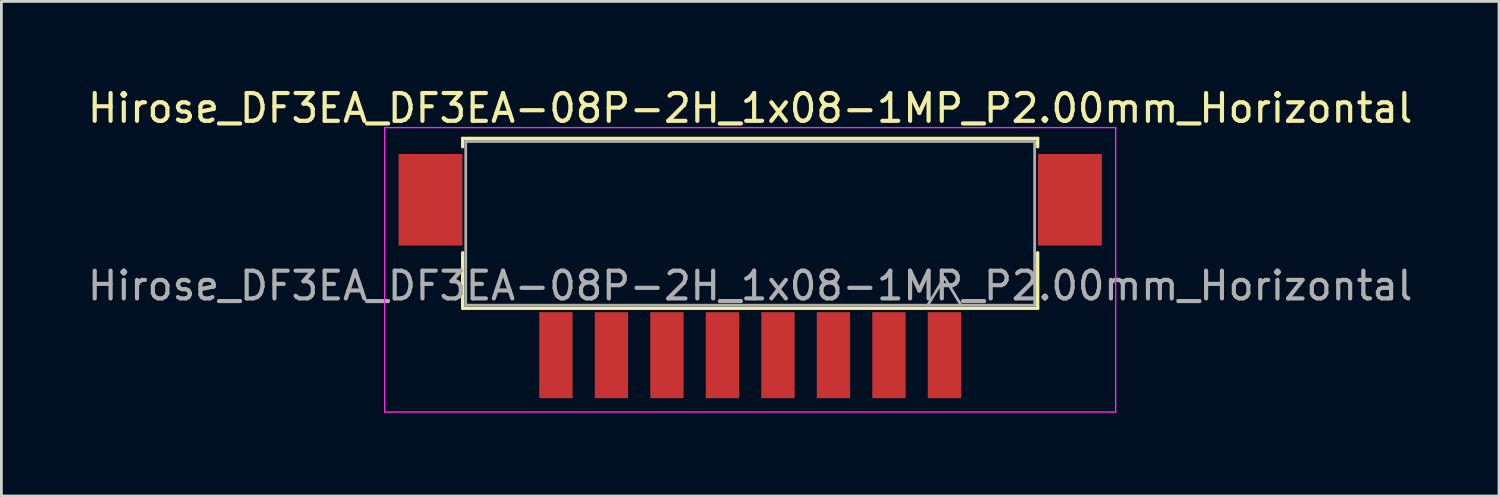
<source format=kicad_pcb>
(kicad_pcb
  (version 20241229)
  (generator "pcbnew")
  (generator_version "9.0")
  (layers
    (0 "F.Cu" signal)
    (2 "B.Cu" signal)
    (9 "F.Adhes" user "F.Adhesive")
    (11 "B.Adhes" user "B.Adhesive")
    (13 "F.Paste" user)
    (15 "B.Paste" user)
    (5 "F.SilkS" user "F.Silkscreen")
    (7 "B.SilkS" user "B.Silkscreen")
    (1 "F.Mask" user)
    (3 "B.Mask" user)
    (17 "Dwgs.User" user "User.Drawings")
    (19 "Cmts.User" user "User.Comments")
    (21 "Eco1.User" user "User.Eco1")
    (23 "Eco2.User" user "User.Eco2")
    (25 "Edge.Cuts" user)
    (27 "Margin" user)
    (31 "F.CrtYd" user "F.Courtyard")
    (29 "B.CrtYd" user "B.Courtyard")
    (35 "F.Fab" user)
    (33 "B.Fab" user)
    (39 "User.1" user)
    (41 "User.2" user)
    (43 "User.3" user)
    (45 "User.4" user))
  (footprint "Hirose_DF3EA_DF3EA-08P-2H_1x08-1MP_P2.00mm_Horizontal"
    (layer "F.Cu")
    (at 23.982 8.198)
    (property "Reference" "Hirose_DF3EA_DF3EA-08P-2H_1x08-1MP_P2.00mm_Horizontal" (at 0 -7.35 0) (layer "F.SilkS") (effects (font (size 1 1) (thickness 0.15))))
    (attr smd)
    (fp_line (start -10.36 -6.26) (end 10.36 -6.26) (stroke (width 0.12) (type solid)) (layer "F.SilkS"))
    (fp_line (start -10.36 -5.96) (end -10.36 -6.26) (stroke (width 0.12) (type solid)) (layer "F.SilkS"))
    (fp_line (start -10.36 -2.14) (end -10.36 -0.14) (stroke (width 0.12) (type solid)) (layer "F.SilkS"))
    (fp_line (start -10.36 -0.14) (end 10.36 -0.14) (stroke (width 0.12) (type solid)) (layer "F.SilkS"))
    (fp_line (start 10.36 -6.26) (end 10.36 -5.96) (stroke (width 0.12) (type solid)) (layer "F.SilkS"))
    (fp_line (start 10.36 -0.14) (end 10.36 -2.14) (stroke (width 0.12) (type solid)) (layer "F.SilkS"))
    (fp_line (start -13.17 -6.65) (end 13.17 -6.65) (stroke (width 0.05) (type solid)) (layer "F.CrtYd"))
    (fp_line (start -13.17 3.6) (end -13.17 -6.65) (stroke (width 0.05) (type solid)) (layer "F.CrtYd"))
    (fp_line (start 13.17 -6.65) (end 13.17 3.6) (stroke (width 0.05) (type solid)) (layer "F.CrtYd"))
    (fp_line (start 13.17 3.6) (end -13.17 3.6) (stroke (width 0.05) (type solid)) (layer "F.CrtYd"))
    (fp_line (start -10.25 -6.15) (end 10.25 -6.15) (stroke (width 0.1) (type solid)) (layer "F.Fab"))
    (fp_line (start -10.25 -0.25) (end -10.25 -6.15) (stroke (width 0.1) (type solid)) (layer "F.Fab"))
    (fp_line (start 6.4 -0.25) (end 7 -1.25) (stroke (width 0.1) (type solid)) (layer "F.Fab"))
    (fp_line (start 7 -1.25) (end 7.6 -0.25) (stroke (width 0.1) (type solid)) (layer "F.Fab"))
    (fp_line (start 10.25 -6.15) (end 10.25 -0.25) (stroke (width 0.1) (type solid)) (layer "F.Fab"))
    (fp_line (start 10.25 -0.25) (end -10.25 -0.25) (stroke (width 0.1) (type solid)) (layer "F.Fab"))
    (fp_text user "${REFERENCE}" (at 0 -0.95 0) (layer "F.Fab") (effects (font (size 1 1) (thickness 0.15))))
    (pad "" smd rect (at -11.52 -4.05) (size 2.3 3.3) (layers "F.Cu" "F.Mask" "F.Paste"))
    (pad "" smd rect (at 11.52 -4.05) (size 2.3 3.3) (layers "F.Cu" "F.Mask" "F.Paste"))
    (pad "1" smd rect (at 7 1.55) (size 1.2 3.1) (layers "F.Cu" "F.Mask" "F.Paste"))
    (pad "2" smd rect (at 5 1.55) (size 1.2 3.1) (layers "F.Cu" "F.Mask" "F.Paste"))
    (pad "3" smd rect (at 3 1.55) (size 1.2 3.1) (layers "F.Cu" "F.Mask" "F.Paste"))
    (pad "4" smd rect (at 1 1.55) (size 1.2 3.1) (layers "F.Cu" "F.Mask" "F.Paste"))
    (pad "5" smd rect (at -1 1.55) (size 1.2 3.1) (layers "F.Cu" "F.Mask" "F.Paste"))
    (pad "6" smd rect (at -3 1.55) (size 1.2 3.1) (layers "F.Cu" "F.Mask" "F.Paste"))
    (pad "7" smd rect (at -5 1.55) (size 1.2 3.1) (layers "F.Cu" "F.Mask" "F.Paste"))
    (pad "8" smd rect (at -7 1.55) (size 1.2 3.1) (layers "F.Cu" "F.Mask" "F.Paste")))
  (gr_rect
    (start -3 -3)
    (end 50.964 14.823)
    (stroke (width 0.1) (type default))
    (fill no)
    (layer "Edge.Cuts")))
</source>
